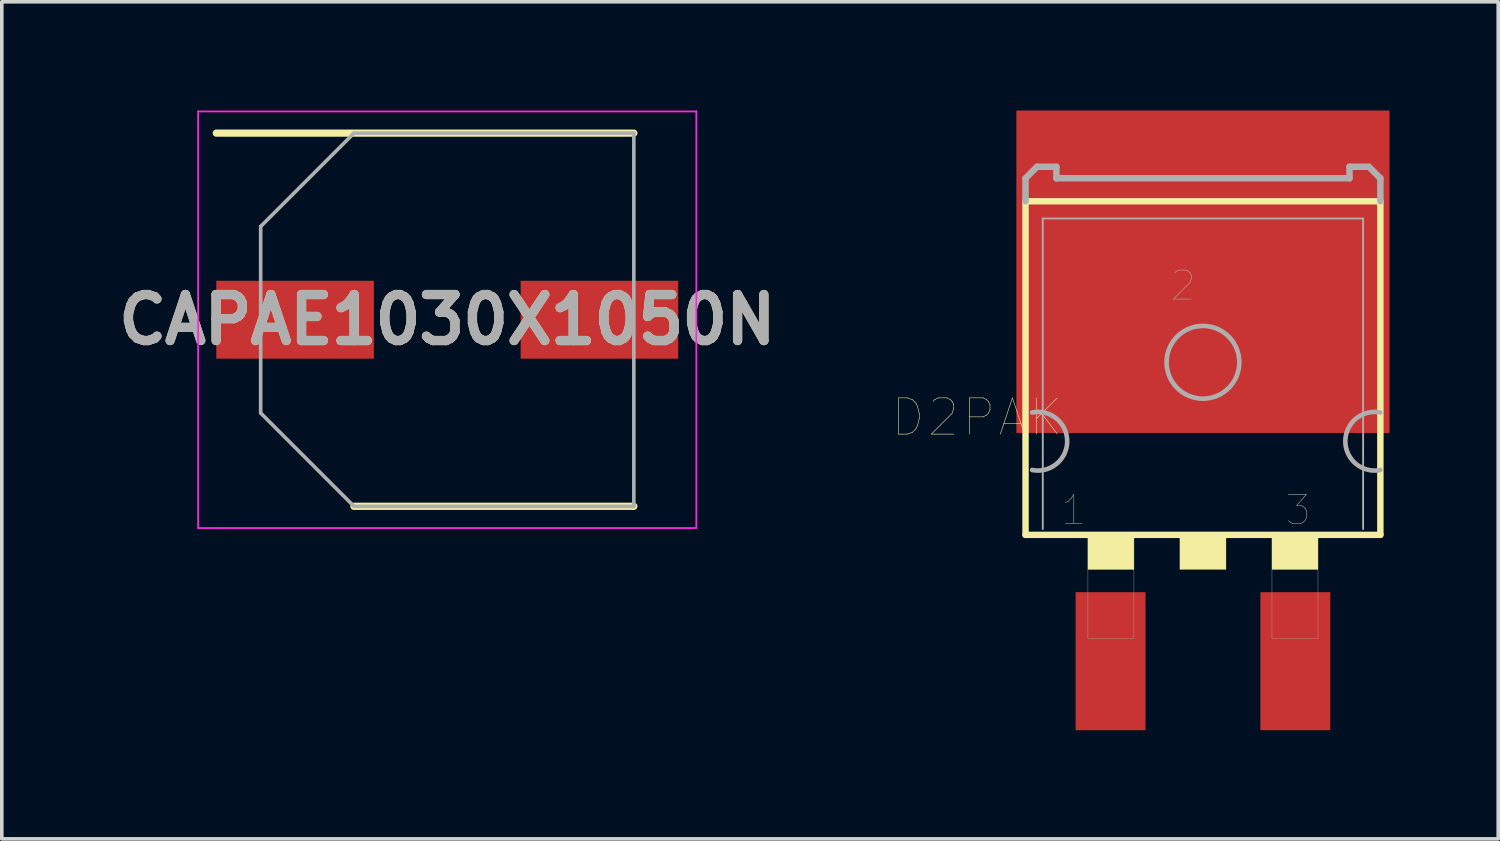
<source format=kicad_pcb>
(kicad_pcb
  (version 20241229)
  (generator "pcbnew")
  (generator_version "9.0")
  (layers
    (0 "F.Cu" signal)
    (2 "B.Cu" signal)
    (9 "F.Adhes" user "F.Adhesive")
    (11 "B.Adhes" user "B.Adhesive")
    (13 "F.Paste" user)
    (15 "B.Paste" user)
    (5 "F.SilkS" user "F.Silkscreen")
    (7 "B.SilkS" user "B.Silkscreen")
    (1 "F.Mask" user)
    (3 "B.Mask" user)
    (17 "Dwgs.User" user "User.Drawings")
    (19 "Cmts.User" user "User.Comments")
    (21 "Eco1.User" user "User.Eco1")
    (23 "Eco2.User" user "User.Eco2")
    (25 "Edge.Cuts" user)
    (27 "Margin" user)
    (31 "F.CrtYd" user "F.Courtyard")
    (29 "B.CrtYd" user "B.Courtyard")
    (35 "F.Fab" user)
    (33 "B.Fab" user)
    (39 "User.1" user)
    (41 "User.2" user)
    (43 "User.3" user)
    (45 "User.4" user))
  (footprint "CAPAE1030X1050N"
    (layer "F.Cu")
    (at 9.295 5.775)
    (property "Reference" "CAPAE1030X1050N" (at 0 0 0) (layer "F.SilkS") (effects (font (size 1.27 1.27) (thickness 0.254))))
    (attr smd)
    (fp_line (start -6.375 -5.15) (end 5.15 -5.15) (stroke (width 0.2) (type solid)) (layer "F.SilkS"))
    (fp_line (start -2.575 5.15) (end 5.15 5.15) (stroke (width 0.2) (type solid)) (layer "F.SilkS"))
    (fp_line (start -6.875 -5.75) (end 6.875 -5.75) (stroke (width 0.05) (type solid)) (layer "F.CrtYd"))
    (fp_line (start -6.875 5.75) (end -6.875 -5.75) (stroke (width 0.05) (type solid)) (layer "F.CrtYd"))
    (fp_line (start 6.875 -5.75) (end 6.875 5.75) (stroke (width 0.05) (type solid)) (layer "F.CrtYd"))
    (fp_line (start 6.875 5.75) (end -6.875 5.75) (stroke (width 0.05) (type solid)) (layer "F.CrtYd"))
    (fp_line (start -5.15 -2.575) (end -5.15 2.575) (stroke (width 0.1) (type solid)) (layer "F.Fab"))
    (fp_line (start -5.15 2.575) (end -2.575 5.15) (stroke (width 0.1) (type solid)) (layer "F.Fab"))
    (fp_line (start -2.575 -5.15) (end -5.15 -2.575) (stroke (width 0.1) (type solid)) (layer "F.Fab"))
    (fp_line (start -2.575 5.15) (end 5.15 5.15) (stroke (width 0.1) (type solid)) (layer "F.Fab"))
    (fp_line (start 5.15 -5.15) (end -2.575 -5.15) (stroke (width 0.1) (type solid)) (layer "F.Fab"))
    (fp_line (start 5.15 5.15) (end 5.15 -5.15) (stroke (width 0.1) (type solid)) (layer "F.Fab"))
    (fp_text user "${REFERENCE}" (at 0 0 0) (layer "F.Fab") (effects (font (size 1.27 1.27) (thickness 0.254))))
    (pad "1" smd rect (at -4.2 0 90) (size 2.15 4.35) (layers "F.Cu" "F.Mask" "F.Paste"))
    (pad "2" smd rect (at 4.2 0 90) (size 2.15 4.35) (layers "F.Cu" "F.Mask" "F.Paste")))
  (footprint "D2PAK"
    (layer "F.Cu")
    (at 30.153 6.95)
    (property "Reference" "D2PAK" (at -6.235 1.52 180) (layer "F.SilkS") (effects (font (size 1 1) (thickness 0.015))))
    (attr through_hole)
    (fp_line (start -4.897 -4.445) (end 4.897 -4.445) (stroke (width 0.178) (type solid)) (layer "F.SilkS"))
    (fp_line (start -4.897 4.763) (end -4.897 -4.445) (stroke (width 0.178) (type solid)) (layer "F.SilkS"))
    (fp_line (start 4.897 -4.445) (end 4.897 4.763) (stroke (width 0.178) (type solid)) (layer "F.SilkS"))
    (fp_line (start 4.897 4.763) (end -4.897 4.763) (stroke (width 0.178) (type solid)) (layer "F.SilkS"))
    (fp_poly (pts (xy -3.175 4.763) (xy -1.905 4.763) (xy -1.905 5.715) (xy -3.175 5.715)) (stroke (width 0.01) (type solid)) (fill yes) (layer "F.SilkS"))
    (fp_poly (pts (xy -0.635 4.762) (xy 0.635 4.762) (xy 0.635 5.715) (xy -0.635 5.715)) (stroke (width 0.01) (type solid)) (fill yes) (layer "F.SilkS"))
    (fp_poly (pts (xy 1.905 4.763) (xy 3.175 4.763) (xy 3.175 5.715) (xy 1.905 5.715)) (stroke (width 0.01) (type solid)) (fill yes) (layer "F.SilkS"))
    (fp_line (start -4.897 -5.08) (end -4.58 -5.397) (stroke (width 0.178) (type solid)) (layer "F.Fab"))
    (fp_line (start -4.897 -4.445) (end -4.897 -5.08) (stroke (width 0.178) (type solid)) (layer "F.Fab"))
    (fp_line (start -4.58 -5.397) (end -4.045 -5.397) (stroke (width 0.178) (type solid)) (layer "F.Fab"))
    (fp_line (start -4.421 -3.969) (end 4.421 -3.969) (stroke (width 0.051) (type solid)) (layer "F.Fab"))
    (fp_line (start -4.421 4.604) (end -4.421 -3.969) (stroke (width 0.051) (type solid)) (layer "F.Fab"))
    (fp_line (start -4.045 -5.397) (end -4.045 -5.08) (stroke (width 0.178) (type solid)) (layer "F.Fab"))
    (fp_line (start -4.045 -5.08) (end 4.045 -5.08) (stroke (width 0.178) (type solid)) (layer "F.Fab"))
    (fp_line (start 4.045 -5.397) (end 4.58 -5.397) (stroke (width 0.178) (type solid)) (layer "F.Fab"))
    (fp_line (start 4.045 -5.08) (end 4.045 -5.397) (stroke (width 0.178) (type solid)) (layer "F.Fab"))
    (fp_line (start 4.421 -3.969) (end 4.421 4.604) (stroke (width 0.051) (type solid)) (layer "F.Fab"))
    (fp_line (start 4.58 -5.397) (end 4.897 -5.08) (stroke (width 0.178) (type solid)) (layer "F.Fab"))
    (fp_line (start 4.897 -5.08) (end 4.897 -4.445) (stroke (width 0.178) (type solid)) (layer "F.Fab"))
    (fp_arc (start -4.715 1.385) (mid -3.747202 2.17875) (end -4.715 2.9725) (stroke (width 0.127) (type solid)) (layer "F.Fab"))
    (fp_arc (start 4.8975 2.9725) (mid 3.929702 2.17875) (end 4.8975 1.385) (stroke (width 0.127) (type solid)) (layer "F.Fab"))
    (fp_circle (center 0 0) (end 1.004 0) (stroke (width 0.127) (type solid)) (fill no) (layer "F.Fab"))
    (fp_poly (pts (xy -3.175 5.715) (xy -1.905 5.715) (xy -1.905 7.62) (xy -3.175 7.62)) (stroke (width 0.01) (type solid)) (fill no) (layer "F.Fab"))
    (fp_poly (pts (xy 1.905 5.715) (xy 3.175 5.715) (xy 3.175 7.62) (xy 1.905 7.62)) (stroke (width 0.01) (type solid)) (fill no) (layer "F.Fab"))
    (fp_text user "3" (at 2.626 4.076 0) (layer "F.Fab") (effects (font (size 0.8 0.8) (thickness 0.015))))
    (fp_text user "1" (at -3.565 4.076 0) (layer "F.Fab") (effects (font (size 0.8 0.8) (thickness 0.015))))
    (fp_text user "2" (at -0.549 -2.115 0) (layer "F.Fab") (effects (font (size 0.8 0.8) (thickness 0.015))))
    (pad "1" smd rect (at -2.55 8.25) (size 1.93 3.81) (layers "F.Cu" "F.Mask" "F.Paste"))
    (pad "2" smd rect (at 0 -2.5) (size 10.3 8.9) (layers "F.Cu" "F.Mask" "F.Paste"))
    (pad "3" smd rect (at 2.55 8.25) (size 1.93 3.81) (layers "F.Cu" "F.Mask" "F.Paste")))
  (gr_rect
    (start -3 -3)
    (end 38.303 20.105)
    (stroke (width 0.1) (type default))
    (fill no)
    (layer "Edge.Cuts")))
</source>
